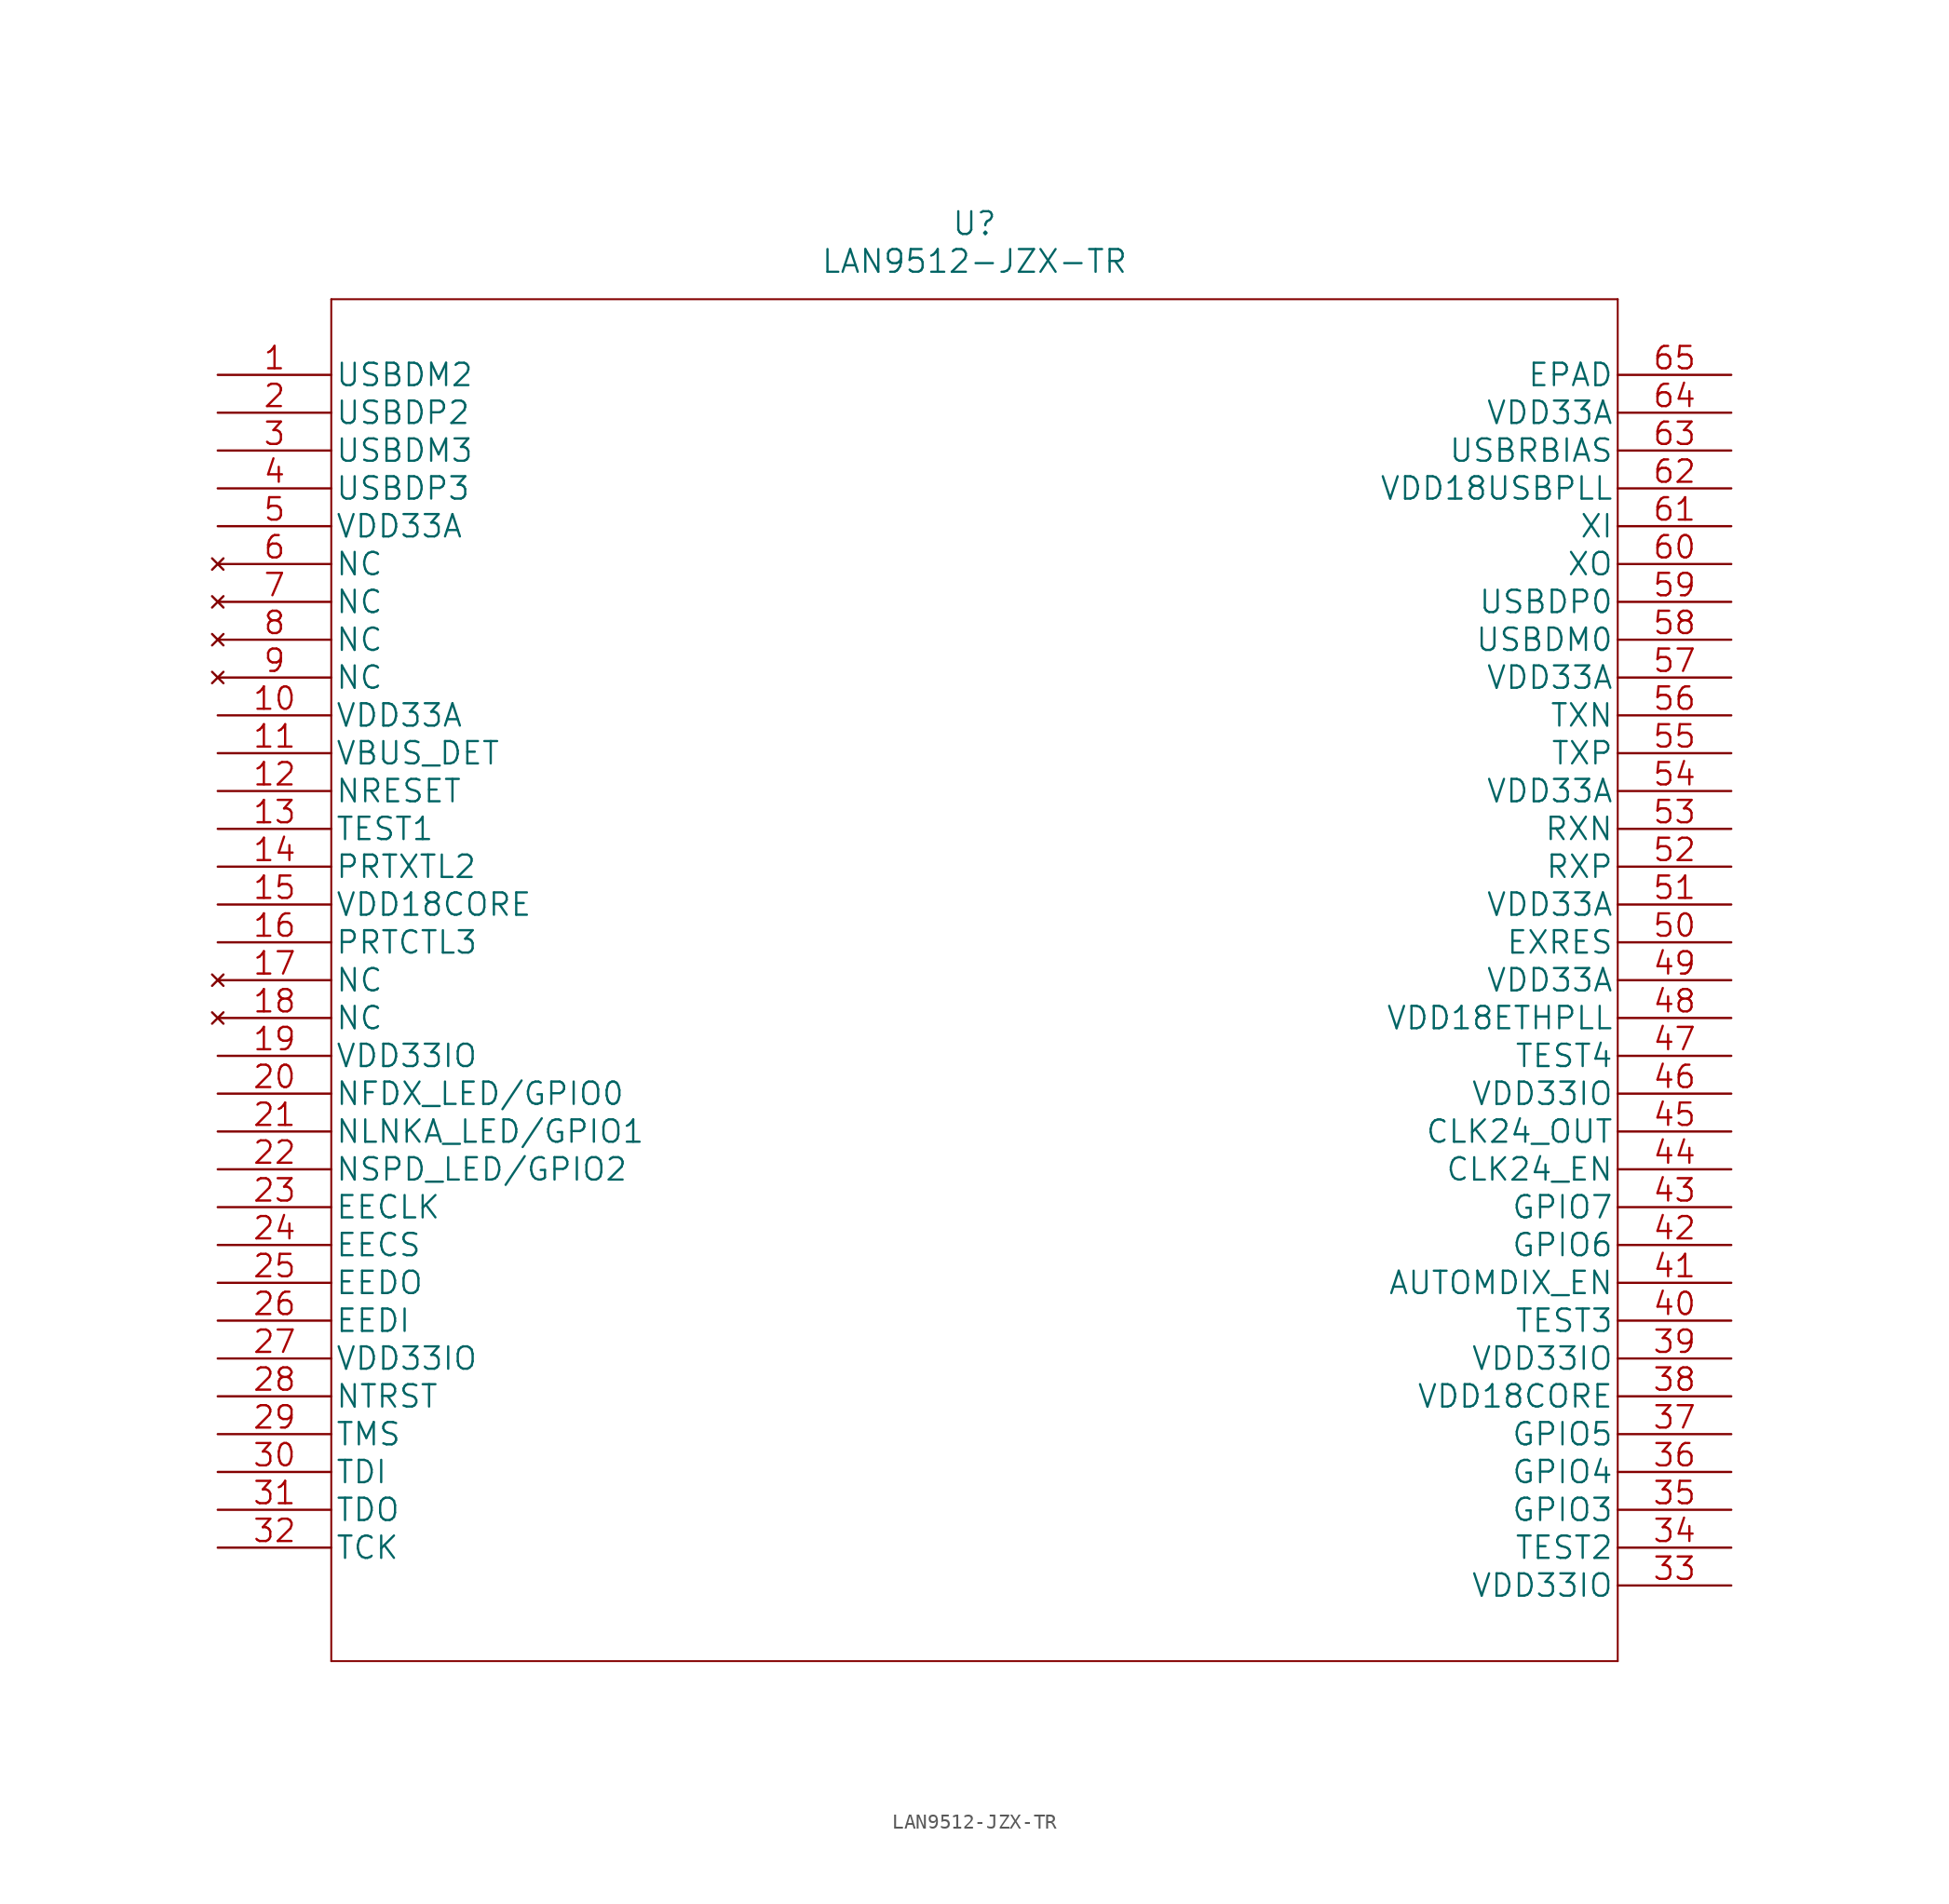
<source format=kicad_sym>
(kicad_symbol_lib
  (version 20220914)
  (generator kicad_symbol_editor)
  (symbol "LAN9512-JZX-TR"
    (pin_names
      (offset 0.254))
    (property "Reference" "U"
      (at 50.8 10.16 0)
      (effects (font (size 1.524 1.524))))
    (property "Value" "LAN9512-JZX-TR"
      (at 50.8 7.62 0)
      (effects (font (size 1.524 1.524))))
    (property "Datasheet" ""
      (at 0 0 0)
      (effects (font (size 1.524 1.524))))
    (property "ki_locked" ""
      (at 0 0 0)
      (effects (font (size 1.27 1.27))))
    (symbol "LAN9512-JZX-TR_1_1"
      (polyline (pts (xy 7.62 -86.36) (xy 93.98 -86.36)) (stroke (width 0.127) (type solid)) (fill (type none)))
      (polyline (pts (xy 7.62 5.08) (xy 7.62 -86.36)) (stroke (width 0.127) (type solid)) (fill (type none)))
      (polyline (pts (xy 93.98 -86.36) (xy 93.98 5.08)) (stroke (width 0.127) (type solid)) (fill (type none)))
      (polyline (pts (xy 93.98 5.08) (xy 7.62 5.08)) (stroke (width 0.127) (type solid)) (fill (type none)))
      (pin bidirectional line (at 0 0 0) (length 7.62) (name "USBDM2" (effects (font (size 1.499 1.499)))) (number "1" (effects (font (size 1.499 1.499)))))
      (pin power_in line (at 0 -22.86 0) (length 7.62) (name "VDD33A" (effects (font (size 1.499 1.499)))) (number "10" (effects (font (size 1.499 1.499)))))
      (pin power_in line (at 0 -25.4 0) (length 7.62) (name "VBUS_DET" (effects (font (size 1.499 1.499)))) (number "11" (effects (font (size 1.499 1.499)))))
      (pin input line (at 0 -27.94 0) (length 7.62) (name "NRESET" (effects (font (size 1.499 1.499)))) (number "12" (effects (font (size 1.499 1.499)))))
      (pin unspecified line (at 0 -30.48 0) (length 7.62) (name "TEST1" (effects (font (size 1.499 1.499)))) (number "13" (effects (font (size 1.499 1.499)))))
      (pin bidirectional line (at 0 -33.02 0) (length 7.62) (name "PRTXTL2" (effects (font (size 1.499 1.499)))) (number "14" (effects (font (size 1.499 1.499)))))
      (pin power_in line (at 0 -35.56 0) (length 7.62) (name "VDD18CORE" (effects (font (size 1.499 1.499)))) (number "15" (effects (font (size 1.499 1.499)))))
      (pin bidirectional line (at 0 -38.1 0) (length 7.62) (name "PRTCTL3" (effects (font (size 1.499 1.499)))) (number "16" (effects (font (size 1.499 1.499)))))
      (pin no_connect line (at 0 -40.64 0) (length 7.62) (name "NC" (effects (font (size 1.499 1.499)))) (number "17" (effects (font (size 1.499 1.499)))))
      (pin no_connect line (at 0 -43.18 0) (length 7.62) (name "NC" (effects (font (size 1.499 1.499)))) (number "18" (effects (font (size 1.499 1.499)))))
      (pin power_in line (at 0 -45.72 0) (length 7.62) (name "VDD33IO" (effects (font (size 1.499 1.499)))) (number "19" (effects (font (size 1.499 1.499)))))
      (pin bidirectional line (at 0 -2.54 0) (length 7.62) (name "USBDP2" (effects (font (size 1.499 1.499)))) (number "2" (effects (font (size 1.499 1.499)))))
      (pin bidirectional line (at 0 -48.26 0) (length 7.62) (name "NFDX_LED/GPIO0" (effects (font (size 1.499 1.499)))) (number "20" (effects (font (size 1.499 1.499)))))
      (pin bidirectional line (at 0 -50.8 0) (length 7.62) (name "NLNKA_LED/GPIO1" (effects (font (size 1.499 1.499)))) (number "21" (effects (font (size 1.499 1.499)))))
      (pin bidirectional line (at 0 -53.34 0) (length 7.62) (name "NSPD_LED/GPIO2" (effects (font (size 1.499 1.499)))) (number "22" (effects (font (size 1.499 1.499)))))
      (pin output line (at 0 -55.88 0) (length 7.62) (name "EECLK" (effects (font (size 1.499 1.499)))) (number "23" (effects (font (size 1.499 1.499)))))
      (pin output line (at 0 -58.42 0) (length 7.62) (name "EECS" (effects (font (size 1.499 1.499)))) (number "24" (effects (font (size 1.499 1.499)))))
      (pin output line (at 0 -60.96 0) (length 7.62) (name "EEDO" (effects (font (size 1.499 1.499)))) (number "25" (effects (font (size 1.499 1.499)))))
      (pin input line (at 0 -63.5 0) (length 7.62) (name "EEDI" (effects (font (size 1.499 1.499)))) (number "26" (effects (font (size 1.499 1.499)))))
      (pin power_in line (at 0 -66.04 0) (length 7.62) (name "VDD33IO" (effects (font (size 1.499 1.499)))) (number "27" (effects (font (size 1.499 1.499)))))
      (pin input line (at 0 -68.58 0) (length 7.62) (name "NTRST" (effects (font (size 1.499 1.499)))) (number "28" (effects (font (size 1.499 1.499)))))
      (pin input line (at 0 -71.12 0) (length 7.62) (name "TMS" (effects (font (size 1.499 1.499)))) (number "29" (effects (font (size 1.499 1.499)))))
      (pin bidirectional line (at 0 -5.08 0) (length 7.62) (name "USBDM3" (effects (font (size 1.499 1.499)))) (number "3" (effects (font (size 1.499 1.499)))))
      (pin input line (at 0 -73.66 0) (length 7.62) (name "TDI" (effects (font (size 1.499 1.499)))) (number "30" (effects (font (size 1.499 1.499)))))
      (pin output line (at 0 -76.2 0) (length 7.62) (name "TDO" (effects (font (size 1.499 1.499)))) (number "31" (effects (font (size 1.499 1.499)))))
      (pin input line (at 0 -78.74 0) (length 7.62) (name "TCK" (effects (font (size 1.499 1.499)))) (number "32" (effects (font (size 1.499 1.499)))))
      (pin power_in line (at 101.6 -81.28 180) (length 7.62) (name "VDD33IO" (effects (font (size 1.499 1.499)))) (number "33" (effects (font (size 1.499 1.499)))))
      (pin unspecified line (at 101.6 -78.74 180) (length 7.62) (name "TEST2" (effects (font (size 1.499 1.499)))) (number "34" (effects (font (size 1.499 1.499)))))
      (pin bidirectional line (at 101.6 -76.2 180) (length 7.62) (name "GPIO3" (effects (font (size 1.499 1.499)))) (number "35" (effects (font (size 1.499 1.499)))))
      (pin bidirectional line (at 101.6 -73.66 180) (length 7.62) (name "GPIO4" (effects (font (size 1.499 1.499)))) (number "36" (effects (font (size 1.499 1.499)))))
      (pin bidirectional line (at 101.6 -71.12 180) (length 7.62) (name "GPIO5" (effects (font (size 1.499 1.499)))) (number "37" (effects (font (size 1.499 1.499)))))
      (pin power_in line (at 101.6 -68.58 180) (length 7.62) (name "VDD18CORE" (effects (font (size 1.499 1.499)))) (number "38" (effects (font (size 1.499 1.499)))))
      (pin power_in line (at 101.6 -66.04 180) (length 7.62) (name "VDD33IO" (effects (font (size 1.499 1.499)))) (number "39" (effects (font (size 1.499 1.499)))))
      (pin bidirectional line (at 0 -7.62 0) (length 7.62) (name "USBDP3" (effects (font (size 1.499 1.499)))) (number "4" (effects (font (size 1.499 1.499)))))
      (pin unspecified line (at 101.6 -63.5 180) (length 7.62) (name "TEST3" (effects (font (size 1.499 1.499)))) (number "40" (effects (font (size 1.499 1.499)))))
      (pin input line (at 101.6 -60.96 180) (length 7.62) (name "AUTOMDIX_EN" (effects (font (size 1.499 1.499)))) (number "41" (effects (font (size 1.499 1.499)))))
      (pin bidirectional line (at 101.6 -58.42 180) (length 7.62) (name "GPIO6" (effects (font (size 1.499 1.499)))) (number "42" (effects (font (size 1.499 1.499)))))
      (pin bidirectional line (at 101.6 -55.88 180) (length 7.62) (name "GPIO7" (effects (font (size 1.499 1.499)))) (number "43" (effects (font (size 1.499 1.499)))))
      (pin input line (at 101.6 -53.34 180) (length 7.62) (name "CLK24_EN" (effects (font (size 1.499 1.499)))) (number "44" (effects (font (size 1.499 1.499)))))
      (pin output line (at 101.6 -50.8 180) (length 7.62) (name "CLK24_OUT" (effects (font (size 1.499 1.499)))) (number "45" (effects (font (size 1.499 1.499)))))
      (pin power_in line (at 101.6 -48.26 180) (length 7.62) (name "VDD33IO" (effects (font (size 1.499 1.499)))) (number "46" (effects (font (size 1.499 1.499)))))
      (pin unspecified line (at 101.6 -45.72 180) (length 7.62) (name "TEST4" (effects (font (size 1.499 1.499)))) (number "47" (effects (font (size 1.499 1.499)))))
      (pin power_in line (at 101.6 -43.18 180) (length 7.62) (name "VDD18ETHPLL" (effects (font (size 1.499 1.499)))) (number "48" (effects (font (size 1.499 1.499)))))
      (pin power_in line (at 101.6 -40.64 180) (length 7.62) (name "VDD33A" (effects (font (size 1.499 1.499)))) (number "49" (effects (font (size 1.499 1.499)))))
      (pin power_in line (at 0 -10.16 0) (length 7.62) (name "VDD33A" (effects (font (size 1.499 1.499)))) (number "5" (effects (font (size 1.499 1.499)))))
      (pin input line (at 101.6 -38.1 180) (length 7.62) (name "EXRES" (effects (font (size 1.499 1.499)))) (number "50" (effects (font (size 1.499 1.499)))))
      (pin power_in line (at 101.6 -35.56 180) (length 7.62) (name "VDD33A" (effects (font (size 1.499 1.499)))) (number "51" (effects (font (size 1.499 1.499)))))
      (pin bidirectional line (at 101.6 -33.02 180) (length 7.62) (name "RXP" (effects (font (size 1.499 1.499)))) (number "52" (effects (font (size 1.499 1.499)))))
      (pin bidirectional line (at 101.6 -30.48 180) (length 7.62) (name "RXN" (effects (font (size 1.499 1.499)))) (number "53" (effects (font (size 1.499 1.499)))))
      (pin power_in line (at 101.6 -27.94 180) (length 7.62) (name "VDD33A" (effects (font (size 1.499 1.499)))) (number "54" (effects (font (size 1.499 1.499)))))
      (pin bidirectional line (at 101.6 -25.4 180) (length 7.62) (name "TXP" (effects (font (size 1.499 1.499)))) (number "55" (effects (font (size 1.499 1.499)))))
      (pin bidirectional line (at 101.6 -22.86 180) (length 7.62) (name "TXN" (effects (font (size 1.499 1.499)))) (number "56" (effects (font (size 1.499 1.499)))))
      (pin power_in line (at 101.6 -20.32 180) (length 7.62) (name "VDD33A" (effects (font (size 1.499 1.499)))) (number "57" (effects (font (size 1.499 1.499)))))
      (pin bidirectional line (at 101.6 -17.78 180) (length 7.62) (name "USBDM0" (effects (font (size 1.499 1.499)))) (number "58" (effects (font (size 1.499 1.499)))))
      (pin bidirectional line (at 101.6 -15.24 180) (length 7.62) (name "USBDP0" (effects (font (size 1.499 1.499)))) (number "59" (effects (font (size 1.499 1.499)))))
      (pin no_connect line (at 0 -12.7 0) (length 7.62) (name "NC" (effects (font (size 1.499 1.499)))) (number "6" (effects (font (size 1.499 1.499)))))
      (pin output line (at 101.6 -12.7 180) (length 7.62) (name "XO" (effects (font (size 1.499 1.499)))) (number "60" (effects (font (size 1.499 1.499)))))
      (pin input line (at 101.6 -10.16 180) (length 7.62) (name "XI" (effects (font (size 1.499 1.499)))) (number "61" (effects (font (size 1.499 1.499)))))
      (pin power_in line (at 101.6 -7.62 180) (length 7.62) (name "VDD18USBPLL" (effects (font (size 1.499 1.499)))) (number "62" (effects (font (size 1.499 1.499)))))
      (pin input line (at 101.6 -5.08 180) (length 7.62) (name "USBRBIAS" (effects (font (size 1.499 1.499)))) (number "63" (effects (font (size 1.499 1.499)))))
      (pin power_in line (at 101.6 -2.54 180) (length 7.62) (name "VDD33A" (effects (font (size 1.499 1.499)))) (number "64" (effects (font (size 1.499 1.499)))))
      (pin unspecified line (at 101.6 0 180) (length 7.62) (name "EPAD" (effects (font (size 1.499 1.499)))) (number "65" (effects (font (size 1.499 1.499)))))
      (pin no_connect line (at 0 -15.24 0) (length 7.62) (name "NC" (effects (font (size 1.499 1.499)))) (number "7" (effects (font (size 1.499 1.499)))))
      (pin no_connect line (at 0 -17.78 0) (length 7.62) (name "NC" (effects (font (size 1.499 1.499)))) (number "8" (effects (font (size 1.499 1.499)))))
      (pin no_connect line (at 0 -20.32 0) (length 7.62) (name "NC" (effects (font (size 1.499 1.499)))) (number "9" (effects (font (size 1.499 1.499))))))))
</source>
